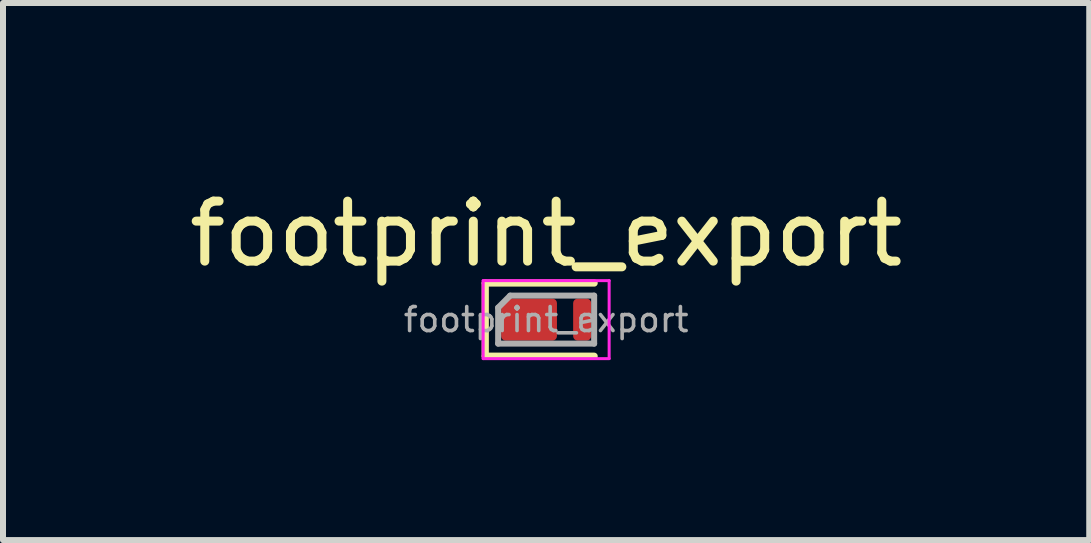
<source format=kicad_pcb>
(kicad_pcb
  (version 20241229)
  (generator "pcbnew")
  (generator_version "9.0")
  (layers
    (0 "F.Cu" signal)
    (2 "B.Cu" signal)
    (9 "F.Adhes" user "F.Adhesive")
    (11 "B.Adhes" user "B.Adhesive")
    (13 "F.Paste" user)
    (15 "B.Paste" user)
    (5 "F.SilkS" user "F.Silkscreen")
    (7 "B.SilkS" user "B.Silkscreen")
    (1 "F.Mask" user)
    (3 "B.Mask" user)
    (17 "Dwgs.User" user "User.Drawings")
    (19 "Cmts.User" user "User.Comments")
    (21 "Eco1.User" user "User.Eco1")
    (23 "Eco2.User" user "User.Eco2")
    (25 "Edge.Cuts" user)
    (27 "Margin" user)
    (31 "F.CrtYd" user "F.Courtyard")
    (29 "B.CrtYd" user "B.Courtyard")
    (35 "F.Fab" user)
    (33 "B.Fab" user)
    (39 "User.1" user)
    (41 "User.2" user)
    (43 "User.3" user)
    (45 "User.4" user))
  (footprint "footprint_export"
    (layer "F.Cu")
    (at 6.054 2.278)
    (property "Reference" "footprint_export" (at 0 -1.43 0) (layer "F.SilkS") (effects (font (size 1 1) (thickness 0.15))))
    (attr smd)
    (fp_line (start -1.015 -0.61) (end -1.015 0.61) (stroke (width 0.12) (type solid)) (layer "F.SilkS"))
    (fp_line (start -1.015 0.61) (end 0.8 0.61) (stroke (width 0.12) (type solid)) (layer "F.SilkS"))
    (fp_line (start 0.8 -0.61) (end -1.015 -0.61) (stroke (width 0.12) (type solid)) (layer "F.SilkS"))
    (fp_line (start -1.05 -0.65) (end 1.05 -0.65) (stroke (width 0.05) (type solid)) (layer "F.CrtYd"))
    (fp_line (start -1.05 0.65) (end -1.05 -0.65) (stroke (width 0.05) (type solid)) (layer "F.CrtYd"))
    (fp_line (start 1.05 0.65) (end -1.05 0.65) (stroke (width 0.05) (type solid)) (layer "F.CrtYd"))
    (fp_line (start 1.05 0.65) (end 1.05 -0.65) (stroke (width 0.05) (type solid)) (layer "F.CrtYd"))
    (fp_line (start -0.8 -0.2) (end -0.8 0.4) (stroke (width 0.1) (type solid)) (layer "F.Fab"))
    (fp_line (start -0.8 0.4) (end 0.8 0.4) (stroke (width 0.1) (type solid)) (layer "F.Fab"))
    (fp_line (start -0.6 -0.4) (end -0.8 -0.2) (stroke (width 0.1) (type solid)) (layer "F.Fab"))
    (fp_line (start 0.8 -0.4) (end -0.6 -0.4) (stroke (width 0.1) (type solid)) (layer "F.Fab"))
    (fp_line (start 0.8 0.4) (end 0.8 -0.4) (stroke (width 0.1) (type solid)) (layer "F.Fab"))
    (fp_text user "${REFERENCE}" (at 0 0 0) (layer "F.Fab") (effects (font (size 0.4 0.4) (thickness 0.06))))
    (pad "1" smd roundrect (at -0.285 0) (size 0.93 0.7) (layers "F.Cu" "F.Mask" "F.Paste") (roundrect_rratio 0.107))
    (pad "2" smd roundrect (at 0.6 0) (size 0.3 0.7) (layers "F.Cu" "F.Mask" "F.Paste") (roundrect_rratio 0.25)))
  (gr_rect
    (start -3 -3)
    (end 15.107 5.953)
    (stroke (width 0.1) (type default))
    (fill no)
    (layer "Edge.Cuts")))
</source>
